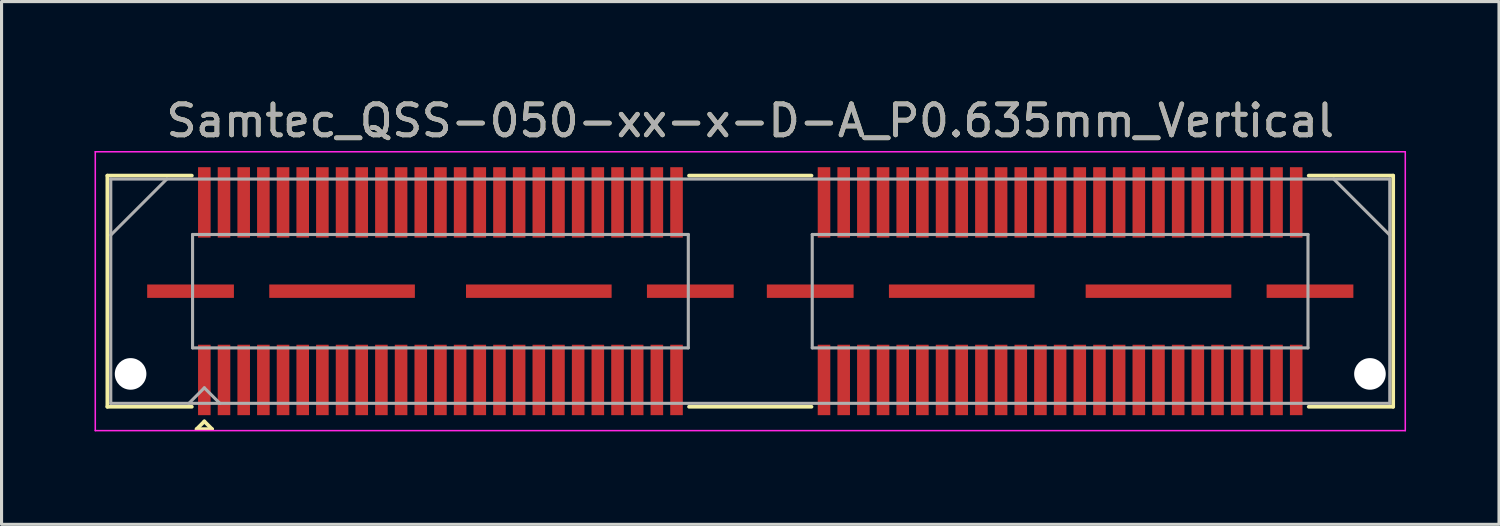
<source format=kicad_pcb>
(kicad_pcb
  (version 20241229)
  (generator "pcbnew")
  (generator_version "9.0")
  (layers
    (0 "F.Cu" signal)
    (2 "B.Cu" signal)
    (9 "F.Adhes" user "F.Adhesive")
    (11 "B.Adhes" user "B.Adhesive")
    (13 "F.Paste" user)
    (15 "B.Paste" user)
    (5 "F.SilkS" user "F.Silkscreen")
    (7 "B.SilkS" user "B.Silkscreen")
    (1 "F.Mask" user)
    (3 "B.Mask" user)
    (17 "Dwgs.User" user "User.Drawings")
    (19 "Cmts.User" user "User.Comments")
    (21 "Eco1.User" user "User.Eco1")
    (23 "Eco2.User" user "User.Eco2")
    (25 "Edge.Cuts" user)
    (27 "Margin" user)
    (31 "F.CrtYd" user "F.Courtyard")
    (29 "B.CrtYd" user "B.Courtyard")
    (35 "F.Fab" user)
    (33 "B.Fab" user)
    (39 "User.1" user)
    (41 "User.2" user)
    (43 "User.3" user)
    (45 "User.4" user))
  (footprint "Samtec_QSS-050-xx-x-D-A_P0.635mm_Vertical"
    (layer "F.Cu")
    (at 21.165 6.348)
    (property "Reference" "Samtec_QSS-050-xx-x-D-A_P0.635mm_Vertical" (at 0 -5.5 0) (layer "F.SilkS") (effects (font (size 1 1) (thickness 0.15))))
    (attr smd)
    (fp_line (start -20.75 -3.73) (end -18.023 -3.73) (stroke (width 0.12) (type solid)) (layer "F.SilkS"))
    (fp_line (start -20.75 3.73) (end -20.75 -3.73) (stroke (width 0.12) (type solid)) (layer "F.SilkS"))
    (fp_line (start -18.023 3.73) (end -20.75 3.73) (stroke (width 0.12) (type solid)) (layer "F.SilkS"))
    (fp_line (start -17.87 4.452) (end -17.62 4.202) (stroke (width 0.12) (type solid)) (layer "F.SilkS"))
    (fp_line (start -17.62 4.202) (end -17.37 4.452) (stroke (width 0.12) (type solid)) (layer "F.SilkS"))
    (fp_line (start -17.37 4.452) (end -17.87 4.452) (stroke (width 0.12) (type solid)) (layer "F.SilkS"))
    (fp_line (start -1.977 -3.73) (end 1.977 -3.73) (stroke (width 0.12) (type solid)) (layer "F.SilkS"))
    (fp_line (start -1.977 3.73) (end 1.977 3.73) (stroke (width 0.12) (type solid)) (layer "F.SilkS"))
    (fp_line (start 18.023 3.73) (end 20.75 3.73) (stroke (width 0.12) (type solid)) (layer "F.SilkS"))
    (fp_line (start 20.75 -3.73) (end 18.023 -3.73) (stroke (width 0.12) (type solid)) (layer "F.SilkS"))
    (fp_line (start 20.75 3.73) (end 20.75 -3.73) (stroke (width 0.12) (type solid)) (layer "F.SilkS"))
    (fp_line (start -21.14 -4.5) (end -21.14 4.5) (stroke (width 0.05) (type solid)) (layer "F.CrtYd"))
    (fp_line (start -21.14 4.5) (end 21.14 4.5) (stroke (width 0.05) (type solid)) (layer "F.CrtYd"))
    (fp_line (start 21.14 -4.5) (end -21.14 -4.5) (stroke (width 0.05) (type solid)) (layer "F.CrtYd"))
    (fp_line (start 21.14 4.5) (end 21.14 -4.5) (stroke (width 0.05) (type solid)) (layer "F.CrtYd"))
    (fp_line (start -20.64 -3.62) (end -20.64 3.62) (stroke (width 0.1) (type solid)) (layer "F.Fab"))
    (fp_line (start -20.64 -1.81) (end -18.83 -3.62) (stroke (width 0.1) (type solid)) (layer "F.Fab"))
    (fp_line (start -20.64 3.62) (end 20.64 3.62) (stroke (width 0.1) (type solid)) (layer "F.Fab"))
    (fp_line (start -18.12 3.62) (end -17.62 3.12) (stroke (width 0.1) (type solid)) (layer "F.Fab"))
    (fp_line (start -18 -1.83) (end -18 1.83) (stroke (width 0.1) (type solid)) (layer "F.Fab"))
    (fp_line (start -18 1.83) (end -2 1.83) (stroke (width 0.1) (type solid)) (layer "F.Fab"))
    (fp_line (start -17.62 3.12) (end -17.12 3.62) (stroke (width 0.1) (type solid)) (layer "F.Fab"))
    (fp_line (start -2 -1.83) (end -18 -1.83) (stroke (width 0.1) (type solid)) (layer "F.Fab"))
    (fp_line (start -2 1.83) (end -2 -1.83) (stroke (width 0.1) (type solid)) (layer "F.Fab"))
    (fp_line (start 2 -1.83) (end 2 1.83) (stroke (width 0.1) (type solid)) (layer "F.Fab"))
    (fp_line (start 2 1.83) (end 18 1.83) (stroke (width 0.1) (type solid)) (layer "F.Fab"))
    (fp_line (start 18 -1.83) (end 2 -1.83) (stroke (width 0.1) (type solid)) (layer "F.Fab"))
    (fp_line (start 18 1.83) (end 18 -1.83) (stroke (width 0.1) (type solid)) (layer "F.Fab"))
    (fp_line (start 20.64 -3.62) (end -20.64 -3.62) (stroke (width 0.1) (type solid)) (layer "F.Fab"))
    (fp_line (start 20.64 -1.81) (end 18.83 -3.62) (stroke (width 0.1) (type solid)) (layer "F.Fab"))
    (fp_line (start 20.64 3.62) (end 20.64 -3.62) (stroke (width 0.1) (type solid)) (layer "F.Fab"))
    (fp_text user "${REFERENCE}" (at 0 -5.5 0) (layer "F.Fab") (effects (font (size 1 1) (thickness 0.15))))
    (pad "" np_thru_hole circle (at -20 2.67) (size 1.02 1.02) (drill 1.02) (layers "*.Cu" "*.Mask"))
    (pad "" np_thru_hole circle (at 20 2.67) (size 1.02 1.02) (drill 1.02) (layers "*.Cu" "*.Mask"))
    (pad "1" smd rect (at -17.62 2.865) (size 0.406 2.273) (layers "F.Cu" "F.Mask" "F.Paste"))
    (pad "2" smd rect (at -17.62 -2.865) (size 0.406 2.273) (layers "F.Cu" "F.Mask" "F.Paste"))
    (pad "3" smd rect (at -16.985 2.865) (size 0.406 2.273) (layers "F.Cu" "F.Mask" "F.Paste"))
    (pad "4" smd rect (at -16.985 -2.865) (size 0.406 2.273) (layers "F.Cu" "F.Mask" "F.Paste"))
    (pad "5" smd rect (at -16.35 2.865) (size 0.406 2.273) (layers "F.Cu" "F.Mask" "F.Paste"))
    (pad "6" smd rect (at -16.35 -2.865) (size 0.406 2.273) (layers "F.Cu" "F.Mask" "F.Paste"))
    (pad "7" smd rect (at -15.715 2.865) (size 0.406 2.273) (layers "F.Cu" "F.Mask" "F.Paste"))
    (pad "8" smd rect (at -15.715 -2.865) (size 0.406 2.273) (layers "F.Cu" "F.Mask" "F.Paste"))
    (pad "9" smd rect (at -15.08 2.865) (size 0.406 2.273) (layers "F.Cu" "F.Mask" "F.Paste"))
    (pad "10" smd rect (at -15.08 -2.865) (size 0.406 2.273) (layers "F.Cu" "F.Mask" "F.Paste"))
    (pad "11" smd rect (at -14.445 2.865) (size 0.406 2.273) (layers "F.Cu" "F.Mask" "F.Paste"))
    (pad "12" smd rect (at -14.445 -2.865) (size 0.406 2.273) (layers "F.Cu" "F.Mask" "F.Paste"))
    (pad "13" smd rect (at -13.81 2.865) (size 0.406 2.273) (layers "F.Cu" "F.Mask" "F.Paste"))
    (pad "14" smd rect (at -13.81 -2.865) (size 0.406 2.273) (layers "F.Cu" "F.Mask" "F.Paste"))
    (pad "15" smd rect (at -13.175 2.865) (size 0.406 2.273) (layers "F.Cu" "F.Mask" "F.Paste"))
    (pad "16" smd rect (at -13.175 -2.865) (size 0.406 2.273) (layers "F.Cu" "F.Mask" "F.Paste"))
    (pad "17" smd rect (at -12.54 2.865) (size 0.406 2.273) (layers "F.Cu" "F.Mask" "F.Paste"))
    (pad "18" smd rect (at -12.54 -2.865) (size 0.406 2.273) (layers "F.Cu" "F.Mask" "F.Paste"))
    (pad "19" smd rect (at -11.905 2.865) (size 0.406 2.273) (layers "F.Cu" "F.Mask" "F.Paste"))
    (pad "20" smd rect (at -11.905 -2.865) (size 0.406 2.273) (layers "F.Cu" "F.Mask" "F.Paste"))
    (pad "21" smd rect (at -11.27 2.865) (size 0.406 2.273) (layers "F.Cu" "F.Mask" "F.Paste"))
    (pad "22" smd rect (at -11.27 -2.865) (size 0.406 2.273) (layers "F.Cu" "F.Mask" "F.Paste"))
    (pad "23" smd rect (at -10.635 2.865) (size 0.406 2.273) (layers "F.Cu" "F.Mask" "F.Paste"))
    (pad "24" smd rect (at -10.635 -2.865) (size 0.406 2.273) (layers "F.Cu" "F.Mask" "F.Paste"))
    (pad "25" smd rect (at -10 2.865) (size 0.406 2.273) (layers "F.Cu" "F.Mask" "F.Paste"))
    (pad "26" smd rect (at -10 -2.865) (size 0.406 2.273) (layers "F.Cu" "F.Mask" "F.Paste"))
    (pad "27" smd rect (at -9.365 2.865) (size 0.406 2.273) (layers "F.Cu" "F.Mask" "F.Paste"))
    (pad "28" smd rect (at -9.365 -2.865) (size 0.406 2.273) (layers "F.Cu" "F.Mask" "F.Paste"))
    (pad "29" smd rect (at -8.73 2.865) (size 0.406 2.273) (layers "F.Cu" "F.Mask" "F.Paste"))
    (pad "30" smd rect (at -8.73 -2.865) (size 0.406 2.273) (layers "F.Cu" "F.Mask" "F.Paste"))
    (pad "31" smd rect (at -8.095 2.865) (size 0.406 2.273) (layers "F.Cu" "F.Mask" "F.Paste"))
    (pad "32" smd rect (at -8.095 -2.865) (size 0.406 2.273) (layers "F.Cu" "F.Mask" "F.Paste"))
    (pad "33" smd rect (at -7.46 2.865) (size 0.406 2.273) (layers "F.Cu" "F.Mask" "F.Paste"))
    (pad "34" smd rect (at -7.46 -2.865) (size 0.406 2.273) (layers "F.Cu" "F.Mask" "F.Paste"))
    (pad "35" smd rect (at -6.825 2.865) (size 0.406 2.273) (layers "F.Cu" "F.Mask" "F.Paste"))
    (pad "36" smd rect (at -6.825 -2.865) (size 0.406 2.273) (layers "F.Cu" "F.Mask" "F.Paste"))
    (pad "37" smd rect (at -6.19 2.865) (size 0.406 2.273) (layers "F.Cu" "F.Mask" "F.Paste"))
    (pad "38" smd rect (at -6.19 -2.865) (size 0.406 2.273) (layers "F.Cu" "F.Mask" "F.Paste"))
    (pad "39" smd rect (at -5.555 2.865) (size 0.406 2.273) (layers "F.Cu" "F.Mask" "F.Paste"))
    (pad "40" smd rect (at -5.555 -2.865) (size 0.406 2.273) (layers "F.Cu" "F.Mask" "F.Paste"))
    (pad "41" smd rect (at -4.92 2.865) (size 0.406 2.273) (layers "F.Cu" "F.Mask" "F.Paste"))
    (pad "42" smd rect (at -4.92 -2.865) (size 0.406 2.273) (layers "F.Cu" "F.Mask" "F.Paste"))
    (pad "43" smd rect (at -4.285 2.865) (size 0.406 2.273) (layers "F.Cu" "F.Mask" "F.Paste"))
    (pad "44" smd rect (at -4.285 -2.865) (size 0.406 2.273) (layers "F.Cu" "F.Mask" "F.Paste"))
    (pad "45" smd rect (at -3.65 2.865) (size 0.406 2.273) (layers "F.Cu" "F.Mask" "F.Paste"))
    (pad "46" smd rect (at -3.65 -2.865) (size 0.406 2.273) (layers "F.Cu" "F.Mask" "F.Paste"))
    (pad "47" smd rect (at -3.015 2.865) (size 0.406 2.273) (layers "F.Cu" "F.Mask" "F.Paste"))
    (pad "48" smd rect (at -3.015 -2.865) (size 0.406 2.273) (layers "F.Cu" "F.Mask" "F.Paste"))
    (pad "49" smd rect (at -2.38 2.865) (size 0.406 2.273) (layers "F.Cu" "F.Mask" "F.Paste"))
    (pad "50" smd rect (at -2.38 -2.865) (size 0.406 2.273) (layers "F.Cu" "F.Mask" "F.Paste"))
    (pad "51" smd rect (at 2.38 2.865) (size 0.406 2.273) (layers "F.Cu" "F.Mask" "F.Paste"))
    (pad "52" smd rect (at 2.38 -2.865) (size 0.406 2.273) (layers "F.Cu" "F.Mask" "F.Paste"))
    (pad "53" smd rect (at 3.015 2.865) (size 0.406 2.273) (layers "F.Cu" "F.Mask" "F.Paste"))
    (pad "54" smd rect (at 3.015 -2.865) (size 0.406 2.273) (layers "F.Cu" "F.Mask" "F.Paste"))
    (pad "55" smd rect (at 3.65 2.865) (size 0.406 2.273) (layers "F.Cu" "F.Mask" "F.Paste"))
    (pad "56" smd rect (at 3.65 -2.865) (size 0.406 2.273) (layers "F.Cu" "F.Mask" "F.Paste"))
    (pad "57" smd rect (at 4.285 2.865) (size 0.406 2.273) (layers "F.Cu" "F.Mask" "F.Paste"))
    (pad "58" smd rect (at 4.285 -2.865) (size 0.406 2.273) (layers "F.Cu" "F.Mask" "F.Paste"))
    (pad "59" smd rect (at 4.92 2.865) (size 0.406 2.273) (layers "F.Cu" "F.Mask" "F.Paste"))
    (pad "60" smd rect (at 4.92 -2.865) (size 0.406 2.273) (layers "F.Cu" "F.Mask" "F.Paste"))
    (pad "61" smd rect (at 5.555 2.865) (size 0.406 2.273) (layers "F.Cu" "F.Mask" "F.Paste"))
    (pad "62" smd rect (at 5.555 -2.865) (size 0.406 2.273) (layers "F.Cu" "F.Mask" "F.Paste"))
    (pad "63" smd rect (at 6.19 2.865) (size 0.406 2.273) (layers "F.Cu" "F.Mask" "F.Paste"))
    (pad "64" smd rect (at 6.19 -2.865) (size 0.406 2.273) (layers "F.Cu" "F.Mask" "F.Paste"))
    (pad "65" smd rect (at 6.825 2.865) (size 0.406 2.273) (layers "F.Cu" "F.Mask" "F.Paste"))
    (pad "66" smd rect (at 6.825 -2.865) (size 0.406 2.273) (layers "F.Cu" "F.Mask" "F.Paste"))
    (pad "67" smd rect (at 7.46 2.865) (size 0.406 2.273) (layers "F.Cu" "F.Mask" "F.Paste"))
    (pad "68" smd rect (at 7.46 -2.865) (size 0.406 2.273) (layers "F.Cu" "F.Mask" "F.Paste"))
    (pad "69" smd rect (at 8.095 2.865) (size 0.406 2.273) (layers "F.Cu" "F.Mask" "F.Paste"))
    (pad "70" smd rect (at 8.095 -2.865) (size 0.406 2.273) (layers "F.Cu" "F.Mask" "F.Paste"))
    (pad "71" smd rect (at 8.73 2.865) (size 0.406 2.273) (layers "F.Cu" "F.Mask" "F.Paste"))
    (pad "72" smd rect (at 8.73 -2.865) (size 0.406 2.273) (layers "F.Cu" "F.Mask" "F.Paste"))
    (pad "73" smd rect (at 9.365 2.865) (size 0.406 2.273) (layers "F.Cu" "F.Mask" "F.Paste"))
    (pad "74" smd rect (at 9.365 -2.865) (size 0.406 2.273) (layers "F.Cu" "F.Mask" "F.Paste"))
    (pad "75" smd rect (at 10 2.865) (size 0.406 2.273) (layers "F.Cu" "F.Mask" "F.Paste"))
    (pad "76" smd rect (at 10 -2.865) (size 0.406 2.273) (layers "F.Cu" "F.Mask" "F.Paste"))
    (pad "77" smd rect (at 10.635 2.865) (size 0.406 2.273) (layers "F.Cu" "F.Mask" "F.Paste"))
    (pad "78" smd rect (at 10.635 -2.865) (size 0.406 2.273) (layers "F.Cu" "F.Mask" "F.Paste"))
    (pad "79" smd rect (at 11.27 2.865) (size 0.406 2.273) (layers "F.Cu" "F.Mask" "F.Paste"))
    (pad "80" smd rect (at 11.27 -2.865) (size 0.406 2.273) (layers "F.Cu" "F.Mask" "F.Paste"))
    (pad "81" smd rect (at 11.905 2.865) (size 0.406 2.273) (layers "F.Cu" "F.Mask" "F.Paste"))
    (pad "82" smd rect (at 11.905 -2.865) (size 0.406 2.273) (layers "F.Cu" "F.Mask" "F.Paste"))
    (pad "83" smd rect (at 12.54 2.865) (size 0.406 2.273) (layers "F.Cu" "F.Mask" "F.Paste"))
    (pad "84" smd rect (at 12.54 -2.865) (size 0.406 2.273) (layers "F.Cu" "F.Mask" "F.Paste"))
    (pad "85" smd rect (at 13.175 2.865) (size 0.406 2.273) (layers "F.Cu" "F.Mask" "F.Paste"))
    (pad "86" smd rect (at 13.175 -2.865) (size 0.406 2.273) (layers "F.Cu" "F.Mask" "F.Paste"))
    (pad "87" smd rect (at 13.81 2.865) (size 0.406 2.273) (layers "F.Cu" "F.Mask" "F.Paste"))
    (pad "88" smd rect (at 13.81 -2.865) (size 0.406 2.273) (layers "F.Cu" "F.Mask" "F.Paste"))
    (pad "89" smd rect (at 14.445 2.865) (size 0.406 2.273) (layers "F.Cu" "F.Mask" "F.Paste"))
    (pad "90" smd rect (at 14.445 -2.865) (size 0.406 2.273) (layers "F.Cu" "F.Mask" "F.Paste"))
    (pad "91" smd rect (at 15.08 2.865) (size 0.406 2.273) (layers "F.Cu" "F.Mask" "F.Paste"))
    (pad "92" smd rect (at 15.08 -2.865) (size 0.406 2.273) (layers "F.Cu" "F.Mask" "F.Paste"))
    (pad "93" smd rect (at 15.715 2.865) (size 0.406 2.273) (layers "F.Cu" "F.Mask" "F.Paste"))
    (pad "94" smd rect (at 15.715 -2.865) (size 0.406 2.273) (layers "F.Cu" "F.Mask" "F.Paste"))
    (pad "95" smd rect (at 16.35 2.865) (size 0.406 2.273) (layers "F.Cu" "F.Mask" "F.Paste"))
    (pad "96" smd rect (at 16.35 -2.865) (size 0.406 2.273) (layers "F.Cu" "F.Mask" "F.Paste"))
    (pad "97" smd rect (at 16.985 2.865) (size 0.406 2.273) (layers "F.Cu" "F.Mask" "F.Paste"))
    (pad "98" smd rect (at 16.985 -2.865) (size 0.406 2.273) (layers "F.Cu" "F.Mask" "F.Paste"))
    (pad "99" smd rect (at 17.62 2.865) (size 0.406 2.273) (layers "F.Cu" "F.Mask" "F.Paste"))
    (pad "100" smd rect (at 17.62 -2.865) (size 0.406 2.273) (layers "F.Cu" "F.Mask" "F.Paste"))
    (pad "P1" smd rect (at -18.065 0) (size 2.8 0.432) (layers "F.Cu" "F.Mask" "F.Paste"))
    (pad "P1" smd rect (at -13.175 0) (size 4.7 0.432) (layers "F.Cu" "F.Mask" "F.Paste"))
    (pad "P1" smd rect (at -6.825 0) (size 4.7 0.432) (layers "F.Cu" "F.Mask" "F.Paste"))
    (pad "P1" smd rect (at -1.935 0) (size 2.8 0.432) (layers "F.Cu" "F.Mask" "F.Paste"))
    (pad "P2" smd rect (at 1.935 0) (size 2.8 0.432) (layers "F.Cu" "F.Mask" "F.Paste"))
    (pad "P2" smd rect (at 6.825 0) (size 4.7 0.432) (layers "F.Cu" "F.Mask" "F.Paste"))
    (pad "P2" smd rect (at 13.175 0) (size 4.7 0.432) (layers "F.Cu" "F.Mask" "F.Paste"))
    (pad "P2" smd rect (at 18.065 0) (size 2.8 0.432) (layers "F.Cu" "F.Mask" "F.Paste")))
  (gr_rect
    (start -3 -3)
    (end 45.33 13.873)
    (stroke (width 0.1) (type default))
    (fill no)
    (layer "Edge.Cuts")))
</source>
